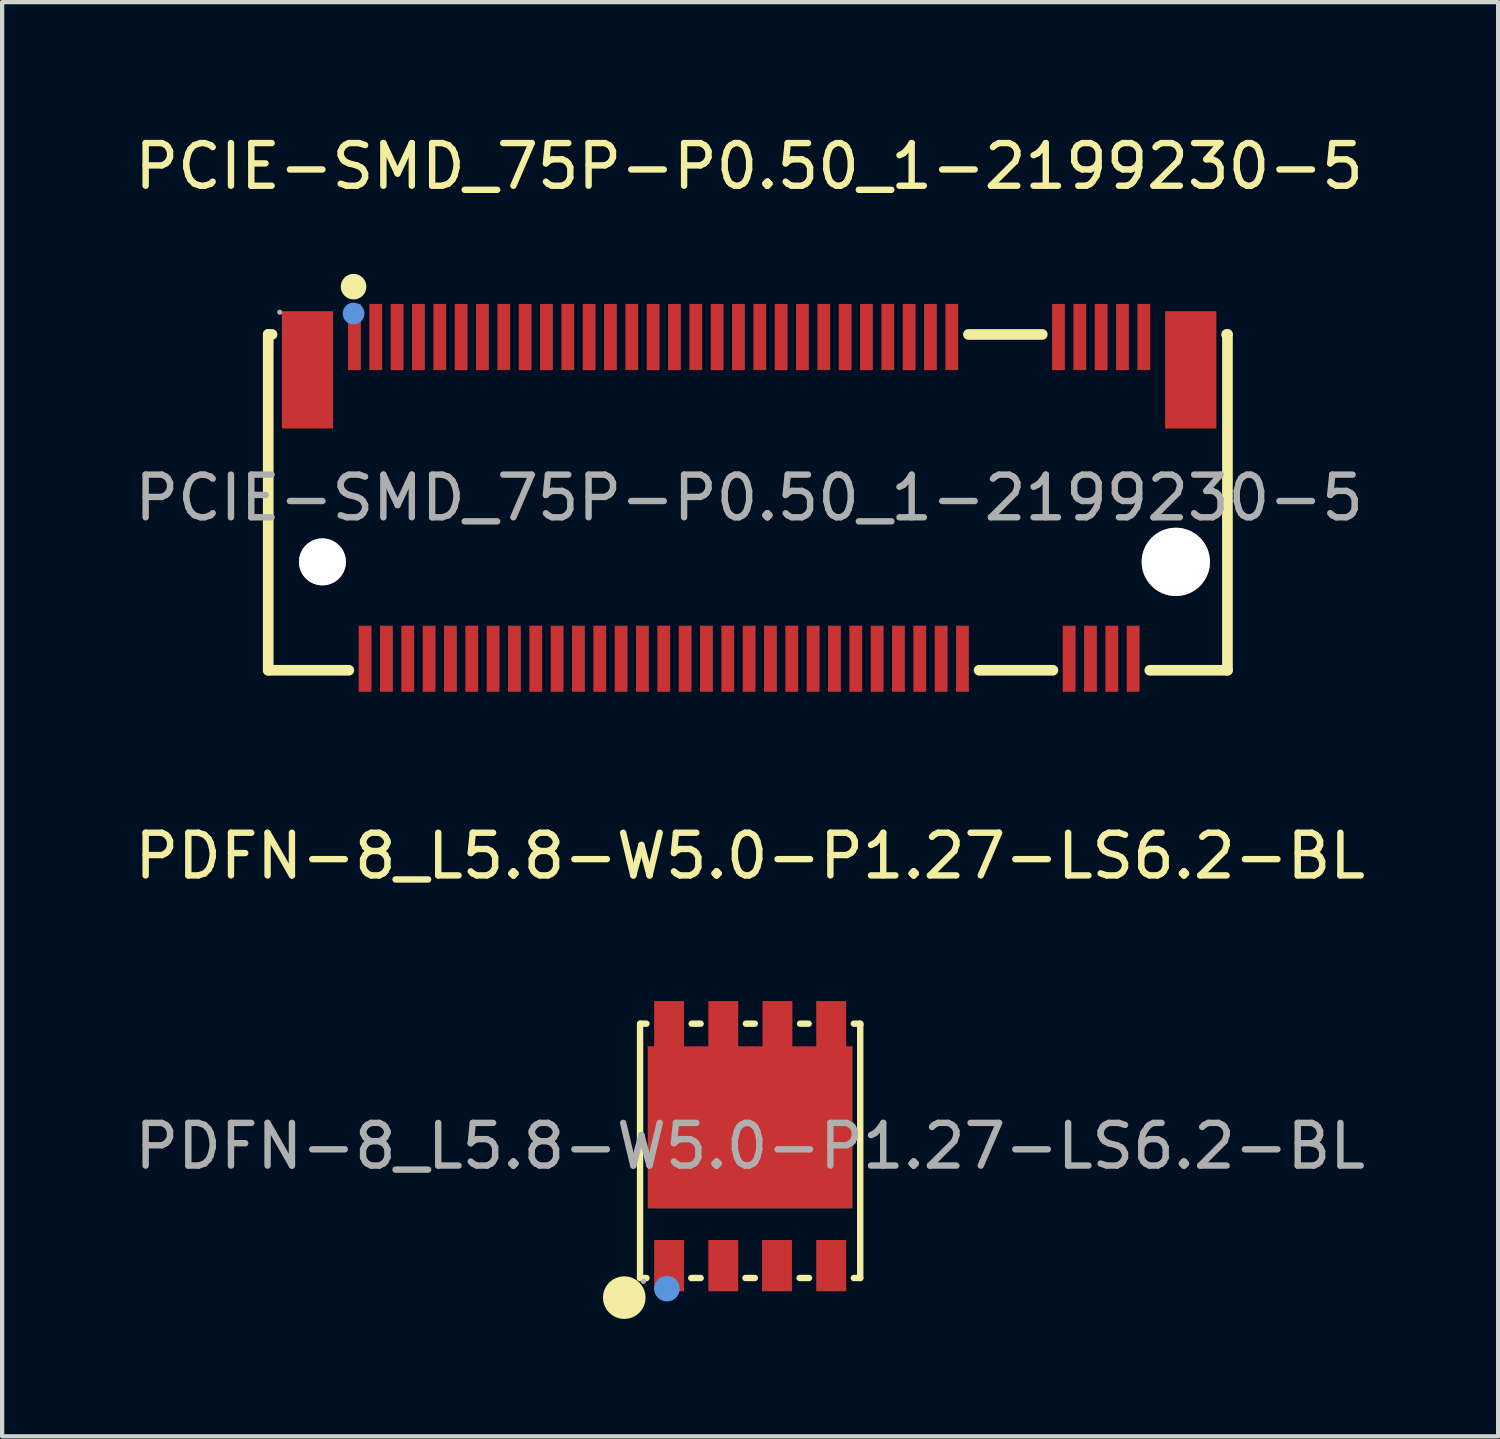
<source format=kicad_pcb>
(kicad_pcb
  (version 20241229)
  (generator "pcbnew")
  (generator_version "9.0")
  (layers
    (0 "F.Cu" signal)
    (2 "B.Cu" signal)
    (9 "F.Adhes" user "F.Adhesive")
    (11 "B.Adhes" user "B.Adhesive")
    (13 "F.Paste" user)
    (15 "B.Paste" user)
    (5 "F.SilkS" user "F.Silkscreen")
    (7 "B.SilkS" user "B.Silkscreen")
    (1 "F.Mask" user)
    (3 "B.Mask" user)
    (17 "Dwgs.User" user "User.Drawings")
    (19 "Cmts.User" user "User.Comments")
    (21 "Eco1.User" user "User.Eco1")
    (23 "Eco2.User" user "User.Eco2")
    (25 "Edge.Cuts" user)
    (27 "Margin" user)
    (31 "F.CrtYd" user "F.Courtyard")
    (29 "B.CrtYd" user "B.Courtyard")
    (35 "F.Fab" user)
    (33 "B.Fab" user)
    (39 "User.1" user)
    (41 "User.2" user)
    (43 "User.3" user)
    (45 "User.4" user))
  (footprint "PCIE-SMD_75P-P0.50_1-2199230-5"
    (layer "F.Cu")
    (at 14.506 8.618)
    (property "Reference" "PCIE-SMD_75P-P0.50_1-2199230-5" (at 0 -7.77 0) (layer "F.SilkS") (effects (font (size 1 1) (thickness 0.15))))
    (attr smd)
    (fp_line (start -11.27 -3.83) (end -11.27 4.04) (stroke (width 0.25) (type solid)) (layer "F.SilkS"))
    (fp_line (start -11.27 4.04) (end -9.38 4.04) (stroke (width 0.25) (type solid)) (layer "F.SilkS"))
    (fp_line (start -11.18 -3.83) (end -11.27 -3.83) (stroke (width 0.25) (type solid)) (layer "F.SilkS"))
    (fp_line (start 5.14 -3.83) (end 6.87 -3.83) (stroke (width 0.25) (type solid)) (layer "F.SilkS"))
    (fp_line (start 7.12 4.04) (end 5.39 4.04) (stroke (width 0.25) (type solid)) (layer "F.SilkS"))
    (fp_line (start 9.39 4.04) (end 11.21 4.04) (stroke (width 0.25) (type solid)) (layer "F.SilkS"))
    (fp_line (start 11.21 -3.83) (end 11.19 -3.83) (stroke (width 0.25) (type solid)) (layer "F.SilkS"))
    (fp_line (start 11.21 4.04) (end 11.21 -3.83) (stroke (width 0.25) (type solid)) (layer "F.SilkS"))
    (fp_circle (center -9.27 -4.95) (end -9.12 -4.95) (stroke (width 0.3) (type solid)) (fill no) (layer "F.SilkS"))
    (fp_circle (center -10 1.5) (end -9.8 1.5) (stroke (width 0.4) (type solid)) (fill no) (layer "Cmts.User"))
    (fp_circle (center -9.27 -4.32) (end -9.14 -4.32) (stroke (width 0.25) (type solid)) (fill no) (layer "Cmts.User"))
    (fp_circle (center 10 1.5) (end 10.36 1.5) (stroke (width 0.72) (type solid)) (fill no) (layer "Cmts.User"))
    (fp_circle (center -11 -4.35) (end -10.97 -4.35) (stroke (width 0.06) (type solid)) (fill no) (layer "F.Fab"))
    (fp_text user "${REFERENCE}" (at 0 0 0) (layer "F.Fab") (effects (font (size 1 1) (thickness 0.15))))
    (pad "" thru_hole circle (at -10 1.5) (size 1.1 1.1) (drill 1.1) (layers "*.Cu" "*.Mask"))
    (pad "" thru_hole circle (at 10 1.5) (size 1.6 1.6) (drill 1.6) (layers "*.Cu" "*.Mask"))
    (pad "1" smd rect (at -9.25 -3.77) (size 0.3 1.55) (layers "F.Cu" "F.Mask" "F.Paste"))
    (pad "2" smd rect (at -9 3.77) (size 0.3 1.55) (layers "F.Cu" "F.Mask" "F.Paste"))
    (pad "3" smd rect (at -8.75 -3.77) (size 0.3 1.55) (layers "F.Cu" "F.Mask" "F.Paste"))
    (pad "4" smd rect (at -8.5 3.77) (size 0.3 1.55) (layers "F.Cu" "F.Mask" "F.Paste"))
    (pad "5" smd rect (at -8.25 -3.77) (size 0.3 1.55) (layers "F.Cu" "F.Mask" "F.Paste"))
    (pad "6" smd rect (at -8 3.77) (size 0.3 1.55) (layers "F.Cu" "F.Mask" "F.Paste"))
    (pad "7" smd rect (at -7.75 -3.77) (size 0.3 1.55) (layers "F.Cu" "F.Mask" "F.Paste"))
    (pad "8" smd rect (at -7.5 3.77) (size 0.3 1.55) (layers "F.Cu" "F.Mask" "F.Paste"))
    (pad "9" smd rect (at -7.25 -3.77) (size 0.3 1.55) (layers "F.Cu" "F.Mask" "F.Paste"))
    (pad "10" smd rect (at -7 3.77) (size 0.3 1.55) (layers "F.Cu" "F.Mask" "F.Paste"))
    (pad "11" smd rect (at -6.75 -3.77) (size 0.3 1.55) (layers "F.Cu" "F.Mask" "F.Paste"))
    (pad "20" smd rect (at -6.5 3.77) (size 0.3 1.55) (layers "F.Cu" "F.Mask" "F.Paste"))
    (pad "21" smd rect (at -6.25 -3.77) (size 0.3 1.55) (layers "F.Cu" "F.Mask" "F.Paste"))
    (pad "22" smd rect (at -6 3.77) (size 0.3 1.55) (layers "F.Cu" "F.Mask" "F.Paste"))
    (pad "23" smd rect (at -5.75 -3.77) (size 0.3 1.55) (layers "F.Cu" "F.Mask" "F.Paste"))
    (pad "24" smd rect (at -5.5 3.77) (size 0.3 1.55) (layers "F.Cu" "F.Mask" "F.Paste"))
    (pad "25" smd rect (at -5.25 -3.77) (size 0.3 1.55) (layers "F.Cu" "F.Mask" "F.Paste"))
    (pad "26" smd rect (at -5 3.77) (size 0.3 1.55) (layers "F.Cu" "F.Mask" "F.Paste"))
    (pad "27" smd rect (at -4.75 -3.77) (size 0.3 1.55) (layers "F.Cu" "F.Mask" "F.Paste"))
    (pad "28" smd rect (at -4.5 3.77) (size 0.3 1.55) (layers "F.Cu" "F.Mask" "F.Paste"))
    (pad "29" smd rect (at -4.25 -3.77) (size 0.3 1.55) (layers "F.Cu" "F.Mask" "F.Paste"))
    (pad "30" smd rect (at -4 3.77) (size 0.3 1.55) (layers "F.Cu" "F.Mask" "F.Paste"))
    (pad "31" smd rect (at -3.75 -3.77) (size 0.3 1.55) (layers "F.Cu" "F.Mask" "F.Paste"))
    (pad "32" smd rect (at -3.5 3.77) (size 0.3 1.55) (layers "F.Cu" "F.Mask" "F.Paste"))
    (pad "33" smd rect (at -3.25 -3.77) (size 0.3 1.55) (layers "F.Cu" "F.Mask" "F.Paste"))
    (pad "34" smd rect (at -3 3.77) (size 0.3 1.55) (layers "F.Cu" "F.Mask" "F.Paste"))
    (pad "35" smd rect (at -2.75 -3.77) (size 0.3 1.55) (layers "F.Cu" "F.Mask" "F.Paste"))
    (pad "36" smd rect (at -2.5 3.77) (size 0.3 1.55) (layers "F.Cu" "F.Mask" "F.Paste"))
    (pad "37" smd rect (at -2.25 -3.77) (size 0.3 1.55) (layers "F.Cu" "F.Mask" "F.Paste"))
    (pad "38" smd rect (at -2 3.77) (size 0.3 1.55) (layers "F.Cu" "F.Mask" "F.Paste"))
    (pad "39" smd rect (at -1.75 -3.77) (size 0.3 1.55) (layers "F.Cu" "F.Mask" "F.Paste"))
    (pad "40" smd rect (at -1.5 3.77) (size 0.3 1.55) (layers "F.Cu" "F.Mask" "F.Paste"))
    (pad "41" smd rect (at -1.25 -3.77) (size 0.3 1.55) (layers "F.Cu" "F.Mask" "F.Paste"))
    (pad "42" smd rect (at -1 3.77) (size 0.3 1.55) (layers "F.Cu" "F.Mask" "F.Paste"))
    (pad "43" smd rect (at -0.75 -3.77) (size 0.3 1.55) (layers "F.Cu" "F.Mask" "F.Paste"))
    (pad "44" smd rect (at -0.5 3.77) (size 0.3 1.55) (layers "F.Cu" "F.Mask" "F.Paste"))
    (pad "45" smd rect (at -0.25 -3.77) (size 0.3 1.55) (layers "F.Cu" "F.Mask" "F.Paste"))
    (pad "46" smd rect (at 0 3.77) (size 0.3 1.55) (layers "F.Cu" "F.Mask" "F.Paste"))
    (pad "47" smd rect (at 0.25 -3.77) (size 0.3 1.55) (layers "F.Cu" "F.Mask" "F.Paste"))
    (pad "48" smd rect (at 0.5 3.77) (size 0.3 1.55) (layers "F.Cu" "F.Mask" "F.Paste"))
    (pad "49" smd rect (at 0.75 -3.77) (size 0.3 1.55) (layers "F.Cu" "F.Mask" "F.Paste"))
    (pad "50" smd rect (at 1 3.77) (size 0.3 1.55) (layers "F.Cu" "F.Mask" "F.Paste"))
    (pad "51" smd rect (at 1.25 -3.77) (size 0.3 1.55) (layers "F.Cu" "F.Mask" "F.Paste"))
    (pad "52" smd rect (at 1.5 3.77) (size 0.3 1.55) (layers "F.Cu" "F.Mask" "F.Paste"))
    (pad "53" smd rect (at 1.75 -3.77) (size 0.3 1.55) (layers "F.Cu" "F.Mask" "F.Paste"))
    (pad "54" smd rect (at 2 3.77) (size 0.3 1.55) (layers "F.Cu" "F.Mask" "F.Paste"))
    (pad "55" smd rect (at 2.25 -3.77) (size 0.3 1.55) (layers "F.Cu" "F.Mask" "F.Paste"))
    (pad "56" smd rect (at 2.5 3.77) (size 0.3 1.55) (layers "F.Cu" "F.Mask" "F.Paste"))
    (pad "57" smd rect (at 2.75 -3.77) (size 0.3 1.55) (layers "F.Cu" "F.Mask" "F.Paste"))
    (pad "58" smd rect (at 3 3.77) (size 0.3 1.55) (layers "F.Cu" "F.Mask" "F.Paste"))
    (pad "59" smd rect (at 3.25 -3.77) (size 0.3 1.55) (layers "F.Cu" "F.Mask" "F.Paste"))
    (pad "60" smd rect (at 3.5 3.77) (size 0.3 1.55) (layers "F.Cu" "F.Mask" "F.Paste"))
    (pad "61" smd rect (at 3.75 -3.77) (size 0.3 1.55) (layers "F.Cu" "F.Mask" "F.Paste"))
    (pad "62" smd rect (at 4 3.77) (size 0.3 1.55) (layers "F.Cu" "F.Mask" "F.Paste"))
    (pad "63" smd rect (at 4.25 -3.77) (size 0.3 1.55) (layers "F.Cu" "F.Mask" "F.Paste"))
    (pad "64" smd rect (at 4.5 3.77) (size 0.3 1.55) (layers "F.Cu" "F.Mask" "F.Paste"))
    (pad "65" smd rect (at 4.75 -3.77) (size 0.3 1.55) (layers "F.Cu" "F.Mask" "F.Paste"))
    (pad "66" smd rect (at 5 3.77) (size 0.3 1.55) (layers "F.Cu" "F.Mask" "F.Paste"))
    (pad "67" smd rect (at 7.25 -3.77) (size 0.3 1.55) (layers "F.Cu" "F.Mask" "F.Paste"))
    (pad "68" smd rect (at 7.5 3.77) (size 0.3 1.55) (layers "F.Cu" "F.Mask" "F.Paste"))
    (pad "69" smd rect (at 7.75 -3.77) (size 0.3 1.55) (layers "F.Cu" "F.Mask" "F.Paste"))
    (pad "70" smd rect (at 8 3.77) (size 0.3 1.55) (layers "F.Cu" "F.Mask" "F.Paste"))
    (pad "71" smd rect (at 8.25 -3.77) (size 0.3 1.55) (layers "F.Cu" "F.Mask" "F.Paste"))
    (pad "72" smd rect (at 8.5 3.77) (size 0.3 1.55) (layers "F.Cu" "F.Mask" "F.Paste"))
    (pad "73" smd rect (at 8.75 -3.77) (size 0.3 1.55) (layers "F.Cu" "F.Mask" "F.Paste"))
    (pad "74" smd rect (at 9 3.77) (size 0.3 1.55) (layers "F.Cu" "F.Mask" "F.Paste"))
    (pad "75" smd rect (at 9.25 -3.77) (size 0.3 1.55) (layers "F.Cu" "F.Mask" "F.Paste"))
    (pad "76" smd rect (at -10.35 -3) (size 1.2 2.75) (layers "F.Cu" "F.Mask" "F.Paste"))
    (pad "77" smd rect (at 10.35 -3) (size 1.2 2.75) (layers "F.Cu" "F.Mask" "F.Paste")))
  (footprint "PDFN-8_L5.8-W5.0-P1.27-LS6.2-BL"
    (layer "F.Cu")
    (at 14.53 23.811)
    (property "Reference" "PDFN-8_L5.8-W5.0-P1.27-LS6.2-BL" (at 0 -6.8 0) (layer "F.SilkS") (effects (font (size 1 1) (thickness 0.15))))
    (attr smd)
    (fp_line (start -2.58 -2.87) (end -2.58 3.09) (stroke (width 0.15) (type solid)) (layer "F.SilkS"))
    (fp_line (start -2.58 3.09) (end -2.43 3.09) (stroke (width 0.15) (type solid)) (layer "F.SilkS"))
    (fp_line (start -2.43 -2.87) (end -2.57 -2.87) (stroke (width 0.15) (type solid)) (layer "F.SilkS"))
    (fp_line (start -1.38 3.09) (end -1.16 3.09) (stroke (width 0.15) (type solid)) (layer "F.SilkS"))
    (fp_line (start -1.16 -2.87) (end -1.37 -2.87) (stroke (width 0.15) (type solid)) (layer "F.SilkS"))
    (fp_line (start -0.11 3.09) (end 0.11 3.09) (stroke (width 0.15) (type solid)) (layer "F.SilkS"))
    (fp_line (start 0.11 -2.87) (end -0.1 -2.87) (stroke (width 0.15) (type solid)) (layer "F.SilkS"))
    (fp_line (start 1.16 3.09) (end 1.38 3.09) (stroke (width 0.15) (type solid)) (layer "F.SilkS"))
    (fp_line (start 1.37 -2.87) (end 1.17 -2.87) (stroke (width 0.15) (type solid)) (layer "F.SilkS"))
    (fp_line (start 2.43 3.09) (end 2.58 3.09) (stroke (width 0.15) (type solid)) (layer "F.SilkS"))
    (fp_line (start 2.58 -2.87) (end 2.43 -2.87) (stroke (width 0.15) (type solid)) (layer "F.SilkS"))
    (fp_line (start 2.58 -2.84) (end 2.58 -2.87) (stroke (width 0.15) (type solid)) (layer "F.SilkS"))
    (fp_line (start 2.58 3.09) (end 2.58 -2.84) (stroke (width 0.15) (type solid)) (layer "F.SilkS"))
    (fp_arc (start -2.95 3.55) (mid -2.95 3.55) (end -2.95 3.55) (stroke (width 0.5) (type solid)) (layer "F.SilkS"))
    (fp_circle (center -1.95 3.34) (end -1.8 3.34) (stroke (width 0.3) (type solid)) (fill no) (layer "Cmts.User"))
    (fp_circle (center -2.5 3.17) (end -2.47 3.17) (stroke (width 0.06) (type solid)) (fill no) (layer "F.Fab"))
    (fp_text user "${REFERENCE}" (at 0 0 0) (layer "F.Fab") (effects (font (size 1 1) (thickness 0.15))))
    (pad "1" smd rect (at -1.9 2.8) (size 0.7 1.2) (layers "F.Cu" "F.Mask" "F.Paste"))
    (pad "2" smd rect (at -0.63 2.8) (size 0.7 1.2) (layers "F.Cu" "F.Mask" "F.Paste"))
    (pad "3" smd rect (at 0.63 2.8) (size 0.7 1.2) (layers "F.Cu" "F.Mask" "F.Paste"))
    (pad "4" smd rect (at 1.9 2.8) (size 0.7 1.2) (layers "F.Cu" "F.Mask" "F.Paste"))
    (pad "5" smd rect (at 1.9 -2.8) (size 0.7 1.2) (layers "F.Cu" "F.Mask" "F.Paste"))
    (pad "6" smd rect (at 0.64 -2.8) (size 0.7 1.2) (layers "F.Cu" "F.Mask" "F.Paste"))
    (pad "7" smd rect (at -0.63 -2.8) (size 0.7 1.2) (layers "F.Cu" "F.Mask" "F.Paste"))
    (pad "8" smd rect (at -1.9 -2.8) (size 0.7 1.2) (layers "F.Cu" "F.Mask" "F.Paste"))
    (pad "9" smd rect (at 0 -0.44) (size 4.8 3.8) (layers "F.Cu" "F.Mask" "F.Paste")))
  (gr_rect
    (start -3 -3)
    (end 32.06 30.612)
    (stroke (width 0.1) (type default))
    (fill no)
    (layer "Edge.Cuts")))
</source>
